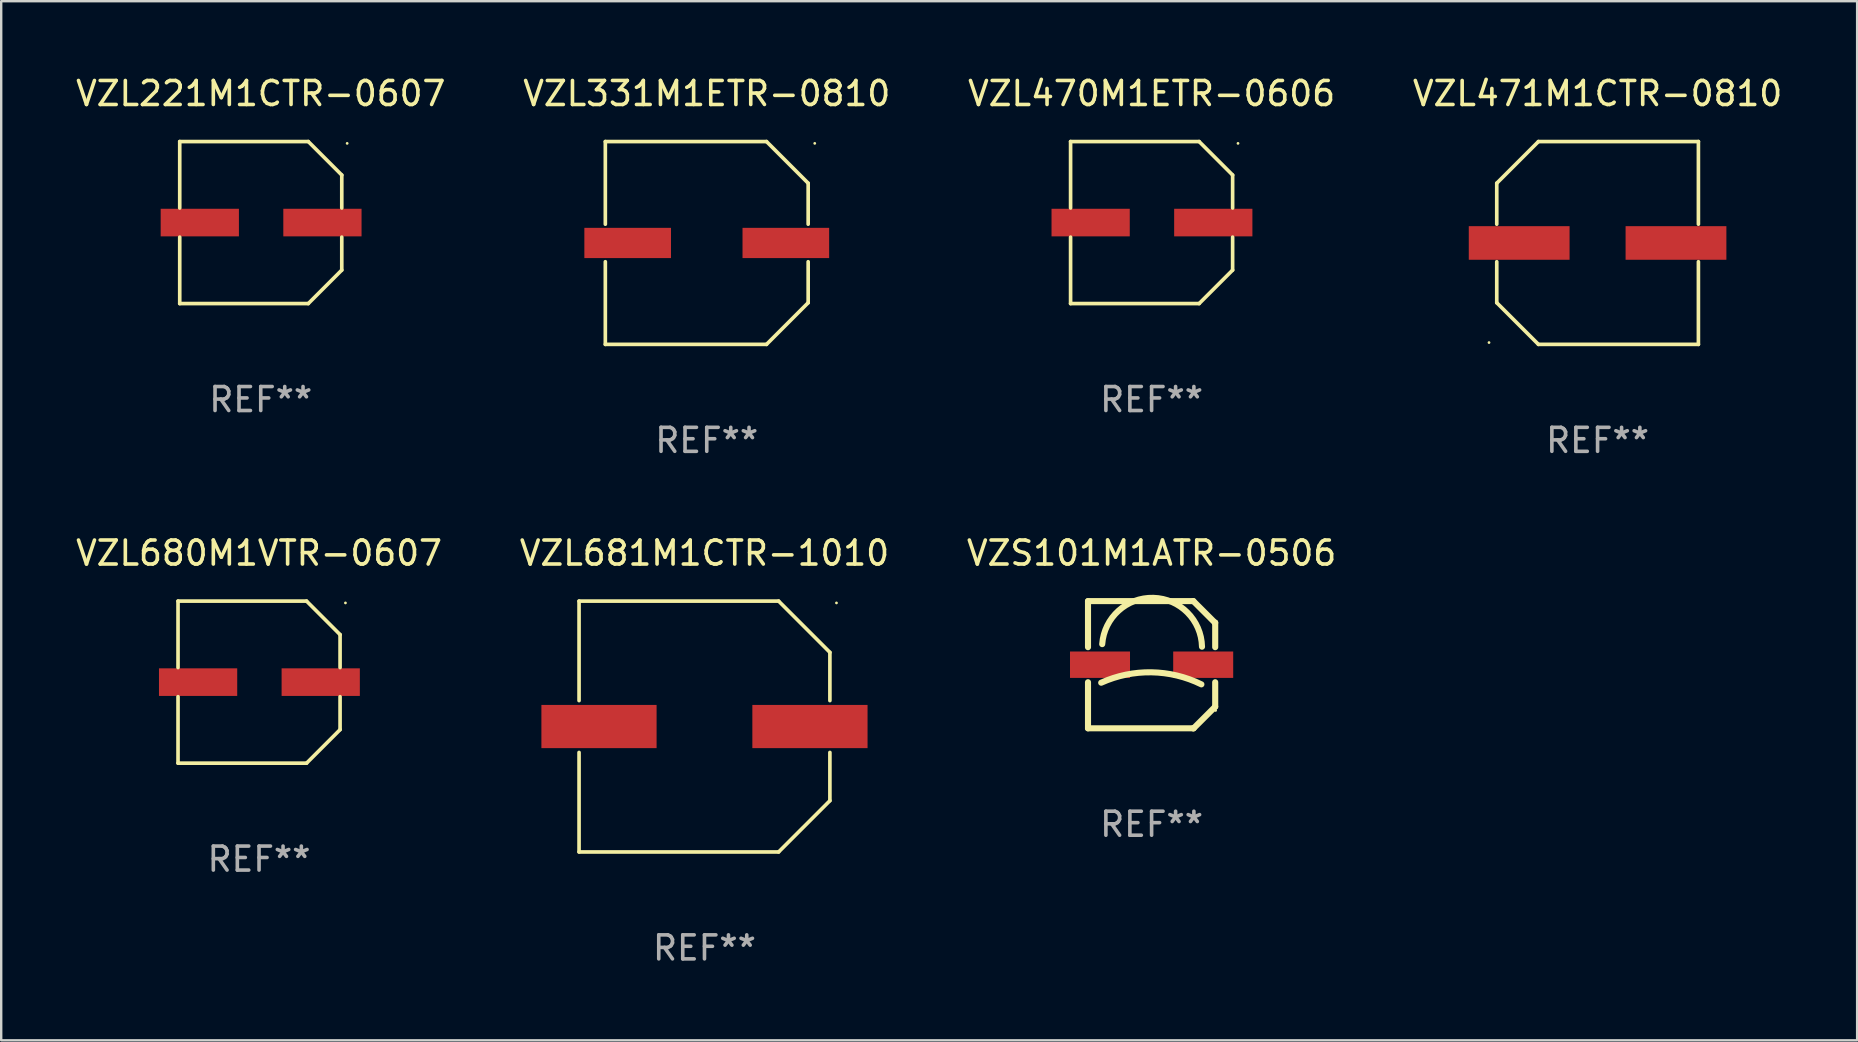
<source format=kicad_pcb>
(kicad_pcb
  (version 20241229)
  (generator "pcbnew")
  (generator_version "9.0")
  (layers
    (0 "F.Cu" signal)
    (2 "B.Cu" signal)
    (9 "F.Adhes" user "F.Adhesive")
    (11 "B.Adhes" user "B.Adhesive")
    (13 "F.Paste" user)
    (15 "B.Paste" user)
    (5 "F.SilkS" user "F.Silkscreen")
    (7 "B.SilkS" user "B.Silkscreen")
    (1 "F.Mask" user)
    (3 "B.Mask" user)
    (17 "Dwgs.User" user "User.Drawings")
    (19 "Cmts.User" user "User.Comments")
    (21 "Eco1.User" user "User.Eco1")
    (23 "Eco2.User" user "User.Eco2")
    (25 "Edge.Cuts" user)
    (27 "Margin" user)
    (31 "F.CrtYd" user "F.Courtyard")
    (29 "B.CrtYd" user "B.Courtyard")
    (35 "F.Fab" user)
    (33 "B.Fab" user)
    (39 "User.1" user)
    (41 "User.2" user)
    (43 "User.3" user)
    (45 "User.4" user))
  (footprint "VZL221M1CTR-0607"
    (layer "F.Cu")
    (at 7.815 6.224)
    (property "Reference" "VZL221M1CTR-0607" (at 0 -5.376 0) (layer "F.SilkS") (effects (font (size 1 1) (thickness 0.15))))
    (attr through_hole)
    (fp_line (start -3.376 -3.376) (end 1.98 -3.376) (stroke (width 0.152) (type solid)) (layer "F.SilkS"))
    (fp_line (start -3.376 -0.607) (end -3.376 -3.376) (stroke (width 0.152) (type solid)) (layer "F.SilkS"))
    (fp_line (start -3.376 0.607) (end -3.376 3.376) (stroke (width 0.152) (type solid)) (layer "F.SilkS"))
    (fp_line (start -3.376 3.376) (end 1.98 3.376) (stroke (width 0.152) (type solid)) (layer "F.SilkS"))
    (fp_line (start 1.98 -3.376) (end 3.376 -1.98) (stroke (width 0.152) (type solid)) (layer "F.SilkS"))
    (fp_line (start 1.98 3.376) (end 3.376 1.98) (stroke (width 0.152) (type solid)) (layer "F.SilkS"))
    (fp_line (start 3.376 -1.98) (end 3.376 -0.607) (stroke (width 0.152) (type solid)) (layer "F.SilkS"))
    (fp_line (start 3.376 1.98) (end 3.376 0.607) (stroke (width 0.152) (type solid)) (layer "F.SilkS"))
    (fp_circle (center 3.6 -3.3) (end 3.63 -3.3) (stroke (width 0.06) (type solid)) (fill no) (layer "F.SilkS"))
    (fp_text user "REF**" (at 0 7.376 0) (layer "F.Fab") (effects (font (size 1 1) (thickness 0.15))))
    (pad "1" smd rect (at 2.57 0 180) (size 3.26 1.15) (layers "F.Cu" "F.Mask" "F.Paste"))
    (pad "2" smd rect (at -2.54 0 180) (size 3.26 1.15) (layers "F.Cu" "F.Mask" "F.Paste")))
  (footprint "VZL681M1CTR-1010"
    (layer "F.Cu")
    (at 26.304 27.223)
    (property "Reference" "VZL681M1CTR-1010" (at 0 -7.226 0) (layer "F.SilkS") (effects (font (size 1 1) (thickness 0.15))))
    (attr through_hole)
    (fp_line (start -5.226 -5.226) (end -5.226 -1.08) (stroke (width 0.152) (type solid)) (layer "F.SilkS"))
    (fp_line (start -5.226 -5.226) (end 3.09 -5.226) (stroke (width 0.152) (type solid)) (layer "F.SilkS"))
    (fp_line (start -5.226 1.08) (end -5.226 5.226) (stroke (width 0.152) (type solid)) (layer "F.SilkS"))
    (fp_line (start -5.226 5.226) (end 3.09 5.226) (stroke (width 0.152) (type solid)) (layer "F.SilkS"))
    (fp_line (start 3.09 -5.226) (end 5.226 -3.09) (stroke (width 0.152) (type solid)) (layer "F.SilkS"))
    (fp_line (start 3.09 5.226) (end 5.226 3.09) (stroke (width 0.152) (type solid)) (layer "F.SilkS"))
    (fp_line (start 5.226 -1.08) (end 5.226 -3.09) (stroke (width 0.152) (type solid)) (layer "F.SilkS"))
    (fp_line (start 5.226 3.09) (end 5.226 1.08) (stroke (width 0.152) (type solid)) (layer "F.SilkS"))
    (fp_circle (center 5.5 -5.15) (end 5.53 -5.15) (stroke (width 0.06) (type solid)) (fill no) (layer "F.SilkS"))
    (fp_text user "REF**" (at 0 9.226 0) (layer "F.Fab") (effects (font (size 1 1) (thickness 0.15))))
    (pad "1" smd rect (at 4.395 0 180) (size 4.8 1.8) (layers "F.Cu" "F.Mask" "F.Paste"))
    (pad "2" smd rect (at -4.395 0 180) (size 4.8 1.8) (layers "F.Cu" "F.Mask" "F.Paste")))
  (footprint "VZL470M1ETR-0606"
    (layer "F.Cu")
    (at 44.935 6.224)
    (property "Reference" "VZL470M1ETR-0606" (at 0 -5.376 0) (layer "F.SilkS") (effects (font (size 1 1) (thickness 0.15))))
    (attr through_hole)
    (fp_line (start -3.376 -3.376) (end 1.98 -3.376) (stroke (width 0.152) (type solid)) (layer "F.SilkS"))
    (fp_line (start -3.376 -0.607) (end -3.376 -3.376) (stroke (width 0.152) (type solid)) (layer "F.SilkS"))
    (fp_line (start -3.376 0.607) (end -3.376 3.376) (stroke (width 0.152) (type solid)) (layer "F.SilkS"))
    (fp_line (start -3.376 3.376) (end 1.98 3.376) (stroke (width 0.152) (type solid)) (layer "F.SilkS"))
    (fp_line (start 1.98 -3.376) (end 3.376 -1.98) (stroke (width 0.152) (type solid)) (layer "F.SilkS"))
    (fp_line (start 1.98 3.376) (end 3.376 1.98) (stroke (width 0.152) (type solid)) (layer "F.SilkS"))
    (fp_line (start 3.376 -1.98) (end 3.376 -0.607) (stroke (width 0.152) (type solid)) (layer "F.SilkS"))
    (fp_line (start 3.376 1.98) (end 3.376 0.607) (stroke (width 0.152) (type solid)) (layer "F.SilkS"))
    (fp_circle (center 3.6 -3.3) (end 3.63 -3.3) (stroke (width 0.06) (type solid)) (fill no) (layer "F.SilkS"))
    (fp_text user "REF**" (at 0 7.376 0) (layer "F.Fab") (effects (font (size 1 1) (thickness 0.15))))
    (pad "1" smd rect (at 2.57 0 180) (size 3.26 1.15) (layers "F.Cu" "F.Mask" "F.Paste"))
    (pad "2" smd rect (at -2.54 0 180) (size 3.26 1.15) (layers "F.Cu" "F.Mask" "F.Paste")))
  (footprint "VZL331M1ETR-0810"
    (layer "F.Cu")
    (at 26.399 7.074)
    (property "Reference" "VZL331M1ETR-0810" (at 0 -6.226 0) (layer "F.SilkS") (effects (font (size 1 1) (thickness 0.15))))
    (attr through_hole)
    (fp_line (start -4.226 -4.226) (end 2.49 -4.226) (stroke (width 0.152) (type solid)) (layer "F.SilkS"))
    (fp_line (start -4.226 -0.782) (end -4.226 -4.226) (stroke (width 0.152) (type solid)) (layer "F.SilkS"))
    (fp_line (start -4.226 0.782) (end -4.226 4.226) (stroke (width 0.152) (type solid)) (layer "F.SilkS"))
    (fp_line (start -4.226 4.226) (end 2.49 4.226) (stroke (width 0.152) (type solid)) (layer "F.SilkS"))
    (fp_line (start 2.49 -4.226) (end 4.226 -2.49) (stroke (width 0.152) (type solid)) (layer "F.SilkS"))
    (fp_line (start 2.49 4.226) (end 4.226 2.49) (stroke (width 0.152) (type solid)) (layer "F.SilkS"))
    (fp_line (start 4.226 -2.49) (end 4.226 -0.782) (stroke (width 0.152) (type solid)) (layer "F.SilkS"))
    (fp_line (start 4.226 2.49) (end 4.226 0.782) (stroke (width 0.152) (type solid)) (layer "F.SilkS"))
    (fp_circle (center 4.5 -4.15) (end 4.53 -4.15) (stroke (width 0.06) (type solid)) (fill no) (layer "F.SilkS"))
    (fp_text user "REF**" (at 0 8.226 0) (layer "F.Fab") (effects (font (size 1 1) (thickness 0.15))))
    (pad "1" smd rect (at 3.295 0 180) (size 3.61 1.26) (layers "F.Cu" "F.Mask" "F.Paste"))
    (pad "2" smd rect (at -3.295 0 180) (size 3.61 1.26) (layers "F.Cu" "F.Mask" "F.Paste")))
  (footprint "VZS101M1ATR-0506"
    (layer "F.Cu")
    (at 44.935 24.647)
    (property "Reference" "VZS101M1ATR-0506" (at 0 -4.65 0) (layer "F.SilkS") (effects (font (size 1 1) (thickness 0.15))))
    (attr through_hole)
    (fp_line (start -2.65 -2.65) (end 1.74 -2.65) (stroke (width 0.254) (type solid)) (layer "F.SilkS"))
    (fp_line (start -2.65 -0.731) (end -2.65 -2.65) (stroke (width 0.254) (type solid)) (layer "F.SilkS"))
    (fp_line (start -2.65 2.65) (end -2.65 0.731) (stroke (width 0.254) (type solid)) (layer "F.SilkS"))
    (fp_line (start -2.65 2.65) (end 1.73 2.65) (stroke (width 0.254) (type solid)) (layer "F.SilkS"))
    (fp_line (start 1.73 2.65) (end 1.75 2.65) (stroke (width 0.254) (type solid)) (layer "F.SilkS"))
    (fp_line (start 1.75 2.65) (end 2.65 1.75) (stroke (width 0.254) (type solid)) (layer "F.SilkS"))
    (fp_line (start 2.64 -1.75) (end 1.74 -2.65) (stroke (width 0.254) (type solid)) (layer "F.SilkS"))
    (fp_line (start 2.65 -1.75) (end 2.64 -1.75) (stroke (width 0.254) (type solid)) (layer "F.SilkS"))
    (fp_line (start 2.65 -0.731) (end 2.65 -1.75) (stroke (width 0.254) (type solid)) (layer "F.SilkS"))
    (fp_line (start 2.65 1.75) (end 2.65 0.731) (stroke (width 0.254) (type solid)) (layer "F.SilkS"))
    (fp_arc (start -2.1 0.749886) (mid -0.005214 0.316693) (end 2.074168 0.818644) (stroke (width 0.254001) (type solid)) (layer "F.SilkS"))
    (fp_arc (start -2.058369 -0.857759) (mid 0.072137 -2.78601) (end 2.1 -0.750089) (stroke (width 0.254001) (type solid)) (layer "F.SilkS"))
    (fp_circle (center 2.667 1.905) (end 2.697 1.905) (stroke (width 0.06) (type solid)) (fill no) (layer "F.SilkS"))
    (fp_text user "REF**" (at 0 6.65 0) (layer "F.Fab") (effects (font (size 1 1) (thickness 0.15))))
    (pad "1" smd rect (at 2.15 0) (size 2.5 1.1) (layers "F.Cu" "F.Mask" "F.Paste"))
    (pad "2" smd rect (at -2.15 0) (size 2.5 1.1) (layers "F.Cu" "F.Mask" "F.Paste")))
  (footprint "VZL680M1VTR-0607"
    (layer "F.Cu")
    (at 7.744 25.373)
    (property "Reference" "VZL680M1VTR-0607" (at 0 -5.376 0) (layer "F.SilkS") (effects (font (size 1 1) (thickness 0.15))))
    (attr through_hole)
    (fp_line (start -3.376 -3.376) (end 1.98 -3.376) (stroke (width 0.152) (type solid)) (layer "F.SilkS"))
    (fp_line (start -3.376 -0.607) (end -3.376 -3.376) (stroke (width 0.152) (type solid)) (layer "F.SilkS"))
    (fp_line (start -3.376 0.607) (end -3.376 3.376) (stroke (width 0.152) (type solid)) (layer "F.SilkS"))
    (fp_line (start -3.376 3.376) (end 1.98 3.376) (stroke (width 0.152) (type solid)) (layer "F.SilkS"))
    (fp_line (start 1.98 -3.376) (end 3.376 -1.98) (stroke (width 0.152) (type solid)) (layer "F.SilkS"))
    (fp_line (start 1.98 3.376) (end 3.376 1.98) (stroke (width 0.152) (type solid)) (layer "F.SilkS"))
    (fp_line (start 3.376 -1.98) (end 3.376 -0.607) (stroke (width 0.152) (type solid)) (layer "F.SilkS"))
    (fp_line (start 3.376 1.98) (end 3.376 0.607) (stroke (width 0.152) (type solid)) (layer "F.SilkS"))
    (fp_circle (center 3.6 -3.3) (end 3.63 -3.3) (stroke (width 0.06) (type solid)) (fill no) (layer "F.SilkS"))
    (fp_text user "REF**" (at 0 7.376 0) (layer "F.Fab") (effects (font (size 1 1) (thickness 0.15))))
    (pad "1" smd rect (at 2.57 0 180) (size 3.26 1.15) (layers "F.Cu" "F.Mask" "F.Paste"))
    (pad "2" smd rect (at -2.54 0 180) (size 3.26 1.15) (layers "F.Cu" "F.Mask" "F.Paste")))
  (footprint "VZL471M1CTR-0810"
    (layer "F.Cu")
    (at 63.518 7.074)
    (property "Reference" "VZL471M1CTR-0810" (at 0 -6.226 0) (layer "F.SilkS") (effects (font (size 1 1) (thickness 0.15))))
    (attr through_hole)
    (fp_line (start -4.201 -2.49) (end -4.201 -0.782) (stroke (width 0.152) (type solid)) (layer "F.SilkS"))
    (fp_line (start -4.201 2.49) (end -4.201 0.782) (stroke (width 0.152) (type solid)) (layer "F.SilkS"))
    (fp_line (start -2.465 -4.226) (end -4.201 -2.49) (stroke (width 0.152) (type solid)) (layer "F.SilkS"))
    (fp_line (start -2.465 4.226) (end -4.201 2.49) (stroke (width 0.152) (type solid)) (layer "F.SilkS"))
    (fp_line (start 4.201 -4.226) (end -2.465 -4.226) (stroke (width 0.152) (type solid)) (layer "F.SilkS"))
    (fp_line (start 4.201 -0.782) (end 4.201 -4.226) (stroke (width 0.152) (type solid)) (layer "F.SilkS"))
    (fp_line (start 4.201 0.782) (end 4.201 4.226) (stroke (width 0.152) (type solid)) (layer "F.SilkS"))
    (fp_line (start 4.201 4.226) (end -2.465 4.226) (stroke (width 0.152) (type solid)) (layer "F.SilkS"))
    (fp_circle (center -4.524 4.15) (end -4.494 4.15) (stroke (width 0.06) (type solid)) (fill no) (layer "F.SilkS"))
    (fp_text user "REF**" (at 0 8.226 0) (layer "F.Fab") (effects (font (size 1 1) (thickness 0.15))))
    (pad "1" smd rect (at -3.267 0) (size 4.2 1.4) (layers "F.Cu" "F.Mask" "F.Paste"))
    (pad "2" smd rect (at 3.267 0) (size 4.2 1.4) (layers "F.Cu" "F.Mask" "F.Paste")))
  (gr_rect
    (start -3 -3)
    (end 74.333 40.298)
    (stroke (width 0.1) (type default))
    (fill no)
    (layer "Edge.Cuts")))
</source>
